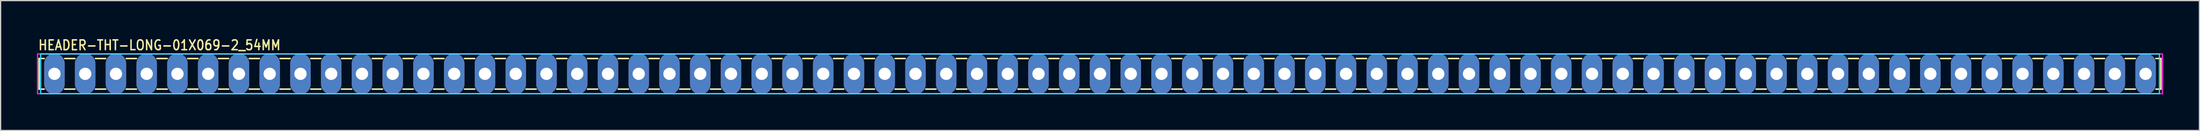
<source format=kicad_pcb>
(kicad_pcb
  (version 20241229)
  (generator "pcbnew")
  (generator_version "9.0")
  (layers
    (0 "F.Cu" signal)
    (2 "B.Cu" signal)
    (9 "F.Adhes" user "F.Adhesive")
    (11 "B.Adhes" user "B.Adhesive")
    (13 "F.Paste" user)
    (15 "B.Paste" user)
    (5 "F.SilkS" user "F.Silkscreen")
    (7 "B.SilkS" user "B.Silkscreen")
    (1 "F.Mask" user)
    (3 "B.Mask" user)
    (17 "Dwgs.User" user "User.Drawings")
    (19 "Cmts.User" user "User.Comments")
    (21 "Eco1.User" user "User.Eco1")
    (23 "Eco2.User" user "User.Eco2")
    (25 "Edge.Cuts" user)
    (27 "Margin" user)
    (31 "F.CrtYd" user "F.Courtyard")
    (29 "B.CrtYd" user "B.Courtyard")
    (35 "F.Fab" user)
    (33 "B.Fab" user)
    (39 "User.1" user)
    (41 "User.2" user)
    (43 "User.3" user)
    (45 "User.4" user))
  (footprint "HEADER-THT-LONG-01X069-2_54MM"
    (layer "F.Cu")
    (at 1.447 3.079)
    (property "Reference" "HEADER-THT-LONG-01X069-2_54MM" (at -1.4 -1.9 0) (unlocked yes) (layer "F.SilkS") (effects (font (size 0.813 0.695) (thickness 0.122)) (justify left bottom)))
    (fp_line (start -1.27 -1.27) (end -1.27 1.27) (stroke (width 0.127) (type solid)) (layer "F.SilkS"))
    (fp_line (start -1.27 1.27) (end -0.85 1.27) (stroke (width 0.127) (type solid)) (layer "F.SilkS"))
    (fp_line (start -0.85 -1.27) (end -1.27 -1.27) (stroke (width 0.127) (type solid)) (layer "F.SilkS"))
    (fp_line (start 0.85 -1.27) (end 1.69 -1.27) (stroke (width 0.127) (type solid)) (layer "F.SilkS"))
    (fp_line (start 0.85 1.27) (end 1.69 1.27) (stroke (width 0.127) (type solid)) (layer "F.SilkS"))
    (fp_line (start 3.39 -1.27) (end 4.23 -1.27) (stroke (width 0.127) (type solid)) (layer "F.SilkS"))
    (fp_line (start 3.39 1.27) (end 4.23 1.27) (stroke (width 0.127) (type solid)) (layer "F.SilkS"))
    (fp_line (start 5.93 -1.27) (end 6.77 -1.27) (stroke (width 0.127) (type solid)) (layer "F.SilkS"))
    (fp_line (start 5.93 1.27) (end 6.77 1.27) (stroke (width 0.127) (type solid)) (layer "F.SilkS"))
    (fp_line (start 8.47 -1.27) (end 9.31 -1.27) (stroke (width 0.127) (type solid)) (layer "F.SilkS"))
    (fp_line (start 8.47 1.27) (end 9.31 1.27) (stroke (width 0.127) (type solid)) (layer "F.SilkS"))
    (fp_line (start 11.01 -1.27) (end 11.85 -1.27) (stroke (width 0.127) (type solid)) (layer "F.SilkS"))
    (fp_line (start 11.01 1.27) (end 11.85 1.27) (stroke (width 0.127) (type solid)) (layer "F.SilkS"))
    (fp_line (start 13.55 -1.27) (end 14.39 -1.27) (stroke (width 0.127) (type solid)) (layer "F.SilkS"))
    (fp_line (start 13.55 1.27) (end 14.39 1.27) (stroke (width 0.127) (type solid)) (layer "F.SilkS"))
    (fp_line (start 16.09 -1.27) (end 16.93 -1.27) (stroke (width 0.127) (type solid)) (layer "F.SilkS"))
    (fp_line (start 16.09 1.27) (end 16.93 1.27) (stroke (width 0.127) (type solid)) (layer "F.SilkS"))
    (fp_line (start 18.63 -1.27) (end 19.47 -1.27) (stroke (width 0.127) (type solid)) (layer "F.SilkS"))
    (fp_line (start 18.63 1.27) (end 19.47 1.27) (stroke (width 0.127) (type solid)) (layer "F.SilkS"))
    (fp_line (start 21.17 -1.27) (end 22.01 -1.27) (stroke (width 0.127) (type solid)) (layer "F.SilkS"))
    (fp_line (start 21.17 1.27) (end 22.01 1.27) (stroke (width 0.127) (type solid)) (layer "F.SilkS"))
    (fp_line (start 23.71 -1.27) (end 24.55 -1.27) (stroke (width 0.127) (type solid)) (layer "F.SilkS"))
    (fp_line (start 23.71 1.27) (end 24.55 1.27) (stroke (width 0.127) (type solid)) (layer "F.SilkS"))
    (fp_line (start 26.25 -1.27) (end 27.09 -1.27) (stroke (width 0.127) (type solid)) (layer "F.SilkS"))
    (fp_line (start 26.25 1.27) (end 27.09 1.27) (stroke (width 0.127) (type solid)) (layer "F.SilkS"))
    (fp_line (start 28.79 -1.27) (end 29.63 -1.27) (stroke (width 0.127) (type solid)) (layer "F.SilkS"))
    (fp_line (start 28.79 1.27) (end 29.63 1.27) (stroke (width 0.127) (type solid)) (layer "F.SilkS"))
    (fp_line (start 31.33 -1.27) (end 32.17 -1.27) (stroke (width 0.127) (type solid)) (layer "F.SilkS"))
    (fp_line (start 31.33 1.27) (end 32.17 1.27) (stroke (width 0.127) (type solid)) (layer "F.SilkS"))
    (fp_line (start 33.87 -1.27) (end 34.71 -1.27) (stroke (width 0.127) (type solid)) (layer "F.SilkS"))
    (fp_line (start 33.87 1.27) (end 34.71 1.27) (stroke (width 0.127) (type solid)) (layer "F.SilkS"))
    (fp_line (start 36.41 -1.27) (end 37.25 -1.27) (stroke (width 0.127) (type solid)) (layer "F.SilkS"))
    (fp_line (start 36.41 1.27) (end 37.25 1.27) (stroke (width 0.127) (type solid)) (layer "F.SilkS"))
    (fp_line (start 38.95 -1.27) (end 39.79 -1.27) (stroke (width 0.127) (type solid)) (layer "F.SilkS"))
    (fp_line (start 38.95 1.27) (end 39.79 1.27) (stroke (width 0.127) (type solid)) (layer "F.SilkS"))
    (fp_line (start 41.49 -1.27) (end 42.33 -1.27) (stroke (width 0.127) (type solid)) (layer "F.SilkS"))
    (fp_line (start 41.49 1.27) (end 42.33 1.27) (stroke (width 0.127) (type solid)) (layer "F.SilkS"))
    (fp_line (start 44.03 -1.27) (end 44.87 -1.27) (stroke (width 0.127) (type solid)) (layer "F.SilkS"))
    (fp_line (start 44.03 1.27) (end 44.87 1.27) (stroke (width 0.127) (type solid)) (layer "F.SilkS"))
    (fp_line (start 46.57 -1.27) (end 47.41 -1.27) (stroke (width 0.127) (type solid)) (layer "F.SilkS"))
    (fp_line (start 46.57 1.27) (end 47.41 1.27) (stroke (width 0.127) (type solid)) (layer "F.SilkS"))
    (fp_line (start 49.11 -1.27) (end 49.95 -1.27) (stroke (width 0.127) (type solid)) (layer "F.SilkS"))
    (fp_line (start 49.11 1.27) (end 49.95 1.27) (stroke (width 0.127) (type solid)) (layer "F.SilkS"))
    (fp_line (start 51.65 -1.27) (end 52.49 -1.27) (stroke (width 0.127) (type solid)) (layer "F.SilkS"))
    (fp_line (start 51.65 1.27) (end 52.49 1.27) (stroke (width 0.127) (type solid)) (layer "F.SilkS"))
    (fp_line (start 54.19 -1.27) (end 55.03 -1.27) (stroke (width 0.127) (type solid)) (layer "F.SilkS"))
    (fp_line (start 54.19 1.27) (end 55.03 1.27) (stroke (width 0.127) (type solid)) (layer "F.SilkS"))
    (fp_line (start 56.73 -1.27) (end 57.57 -1.27) (stroke (width 0.127) (type solid)) (layer "F.SilkS"))
    (fp_line (start 56.73 1.27) (end 57.57 1.27) (stroke (width 0.127) (type solid)) (layer "F.SilkS"))
    (fp_line (start 59.27 -1.27) (end 60.11 -1.27) (stroke (width 0.127) (type solid)) (layer "F.SilkS"))
    (fp_line (start 59.27 1.27) (end 60.11 1.27) (stroke (width 0.127) (type solid)) (layer "F.SilkS"))
    (fp_line (start 61.81 -1.27) (end 62.65 -1.27) (stroke (width 0.127) (type solid)) (layer "F.SilkS"))
    (fp_line (start 61.81 1.27) (end 62.65 1.27) (stroke (width 0.127) (type solid)) (layer "F.SilkS"))
    (fp_line (start 64.35 -1.27) (end 65.19 -1.27) (stroke (width 0.127) (type solid)) (layer "F.SilkS"))
    (fp_line (start 64.35 1.27) (end 65.19 1.27) (stroke (width 0.127) (type solid)) (layer "F.SilkS"))
    (fp_line (start 66.89 -1.27) (end 67.73 -1.27) (stroke (width 0.127) (type solid)) (layer "F.SilkS"))
    (fp_line (start 66.89 1.27) (end 67.73 1.27) (stroke (width 0.127) (type solid)) (layer "F.SilkS"))
    (fp_line (start 69.43 -1.27) (end 70.27 -1.27) (stroke (width 0.127) (type solid)) (layer "F.SilkS"))
    (fp_line (start 69.43 1.27) (end 70.27 1.27) (stroke (width 0.127) (type solid)) (layer "F.SilkS"))
    (fp_line (start 71.97 -1.27) (end 72.81 -1.27) (stroke (width 0.127) (type solid)) (layer "F.SilkS"))
    (fp_line (start 71.97 1.27) (end 72.81 1.27) (stroke (width 0.127) (type solid)) (layer "F.SilkS"))
    (fp_line (start 74.51 -1.27) (end 75.35 -1.27) (stroke (width 0.127) (type solid)) (layer "F.SilkS"))
    (fp_line (start 74.51 1.27) (end 75.35 1.27) (stroke (width 0.127) (type solid)) (layer "F.SilkS"))
    (fp_line (start 77.05 -1.27) (end 77.89 -1.27) (stroke (width 0.127) (type solid)) (layer "F.SilkS"))
    (fp_line (start 77.05 1.27) (end 77.89 1.27) (stroke (width 0.127) (type solid)) (layer "F.SilkS"))
    (fp_line (start 79.59 -1.27) (end 80.43 -1.27) (stroke (width 0.127) (type solid)) (layer "F.SilkS"))
    (fp_line (start 79.59 1.27) (end 80.43 1.27) (stroke (width 0.127) (type solid)) (layer "F.SilkS"))
    (fp_line (start 82.13 -1.27) (end 82.97 -1.27) (stroke (width 0.127) (type solid)) (layer "F.SilkS"))
    (fp_line (start 82.13 1.27) (end 82.97 1.27) (stroke (width 0.127) (type solid)) (layer "F.SilkS"))
    (fp_line (start 84.67 -1.27) (end 85.51 -1.27) (stroke (width 0.127) (type solid)) (layer "F.SilkS"))
    (fp_line (start 84.67 1.27) (end 85.51 1.27) (stroke (width 0.127) (type solid)) (layer "F.SilkS"))
    (fp_line (start 87.21 -1.27) (end 88.05 -1.27) (stroke (width 0.127) (type solid)) (layer "F.SilkS"))
    (fp_line (start 87.21 1.27) (end 88.05 1.27) (stroke (width 0.127) (type solid)) (layer "F.SilkS"))
    (fp_line (start 89.75 -1.27) (end 90.59 -1.27) (stroke (width 0.127) (type solid)) (layer "F.SilkS"))
    (fp_line (start 89.75 1.27) (end 90.59 1.27) (stroke (width 0.127) (type solid)) (layer "F.SilkS"))
    (fp_line (start 92.29 -1.27) (end 93.13 -1.27) (stroke (width 0.127) (type solid)) (layer "F.SilkS"))
    (fp_line (start 92.29 1.27) (end 93.13 1.27) (stroke (width 0.127) (type solid)) (layer "F.SilkS"))
    (fp_line (start 94.83 -1.27) (end 95.67 -1.27) (stroke (width 0.127) (type solid)) (layer "F.SilkS"))
    (fp_line (start 94.83 1.27) (end 95.67 1.27) (stroke (width 0.127) (type solid)) (layer "F.SilkS"))
    (fp_line (start 97.37 -1.27) (end 98.21 -1.27) (stroke (width 0.127) (type solid)) (layer "F.SilkS"))
    (fp_line (start 97.37 1.27) (end 98.21 1.27) (stroke (width 0.127) (type solid)) (layer "F.SilkS"))
    (fp_line (start 99.91 -1.27) (end 100.75 -1.27) (stroke (width 0.127) (type solid)) (layer "F.SilkS"))
    (fp_line (start 99.91 1.27) (end 100.75 1.27) (stroke (width 0.127) (type solid)) (layer "F.SilkS"))
    (fp_line (start 102.45 -1.27) (end 103.29 -1.27) (stroke (width 0.127) (type solid)) (layer "F.SilkS"))
    (fp_line (start 102.45 1.27) (end 103.29 1.27) (stroke (width 0.127) (type solid)) (layer "F.SilkS"))
    (fp_line (start 104.99 -1.27) (end 105.83 -1.27) (stroke (width 0.127) (type solid)) (layer "F.SilkS"))
    (fp_line (start 104.99 1.27) (end 105.83 1.27) (stroke (width 0.127) (type solid)) (layer "F.SilkS"))
    (fp_line (start 107.53 -1.27) (end 108.37 -1.27) (stroke (width 0.127) (type solid)) (layer "F.SilkS"))
    (fp_line (start 107.53 1.27) (end 108.37 1.27) (stroke (width 0.127) (type solid)) (layer "F.SilkS"))
    (fp_line (start 110.07 -1.27) (end 110.91 -1.27) (stroke (width 0.127) (type solid)) (layer "F.SilkS"))
    (fp_line (start 110.07 1.27) (end 110.91 1.27) (stroke (width 0.127) (type solid)) (layer "F.SilkS"))
    (fp_line (start 112.61 -1.27) (end 113.45 -1.27) (stroke (width 0.127) (type solid)) (layer "F.SilkS"))
    (fp_line (start 112.61 1.27) (end 113.45 1.27) (stroke (width 0.127) (type solid)) (layer "F.SilkS"))
    (fp_line (start 115.15 -1.27) (end 115.99 -1.27) (stroke (width 0.127) (type solid)) (layer "F.SilkS"))
    (fp_line (start 115.15 1.27) (end 115.99 1.27) (stroke (width 0.127) (type solid)) (layer "F.SilkS"))
    (fp_line (start 117.69 -1.27) (end 118.53 -1.27) (stroke (width 0.127) (type solid)) (layer "F.SilkS"))
    (fp_line (start 117.69 1.27) (end 118.53 1.27) (stroke (width 0.127) (type solid)) (layer "F.SilkS"))
    (fp_line (start 120.23 -1.27) (end 121.07 -1.27) (stroke (width 0.127) (type solid)) (layer "F.SilkS"))
    (fp_line (start 120.23 1.27) (end 121.07 1.27) (stroke (width 0.127) (type solid)) (layer "F.SilkS"))
    (fp_line (start 122.77 -1.27) (end 123.61 -1.27) (stroke (width 0.127) (type solid)) (layer "F.SilkS"))
    (fp_line (start 122.77 1.27) (end 123.61 1.27) (stroke (width 0.127) (type solid)) (layer "F.SilkS"))
    (fp_line (start 125.31 -1.27) (end 126.15 -1.27) (stroke (width 0.127) (type solid)) (layer "F.SilkS"))
    (fp_line (start 125.31 1.27) (end 126.15 1.27) (stroke (width 0.127) (type solid)) (layer "F.SilkS"))
    (fp_line (start 127.85 -1.27) (end 128.69 -1.27) (stroke (width 0.127) (type solid)) (layer "F.SilkS"))
    (fp_line (start 127.85 1.27) (end 128.69 1.27) (stroke (width 0.127) (type solid)) (layer "F.SilkS"))
    (fp_line (start 130.39 -1.27) (end 131.23 -1.27) (stroke (width 0.127) (type solid)) (layer "F.SilkS"))
    (fp_line (start 130.39 1.27) (end 131.23 1.27) (stroke (width 0.127) (type solid)) (layer "F.SilkS"))
    (fp_line (start 132.93 -1.27) (end 133.77 -1.27) (stroke (width 0.127) (type solid)) (layer "F.SilkS"))
    (fp_line (start 132.93 1.27) (end 133.77 1.27) (stroke (width 0.127) (type solid)) (layer "F.SilkS"))
    (fp_line (start 135.47 -1.27) (end 136.31 -1.27) (stroke (width 0.127) (type solid)) (layer "F.SilkS"))
    (fp_line (start 135.47 1.27) (end 136.31 1.27) (stroke (width 0.127) (type solid)) (layer "F.SilkS"))
    (fp_line (start 138.01 -1.27) (end 138.85 -1.27) (stroke (width 0.127) (type solid)) (layer "F.SilkS"))
    (fp_line (start 138.01 1.27) (end 138.85 1.27) (stroke (width 0.127) (type solid)) (layer "F.SilkS"))
    (fp_line (start 140.55 -1.27) (end 141.39 -1.27) (stroke (width 0.127) (type solid)) (layer "F.SilkS"))
    (fp_line (start 140.55 1.27) (end 141.39 1.27) (stroke (width 0.127) (type solid)) (layer "F.SilkS"))
    (fp_line (start 143.09 -1.27) (end 143.93 -1.27) (stroke (width 0.127) (type solid)) (layer "F.SilkS"))
    (fp_line (start 143.09 1.27) (end 143.93 1.27) (stroke (width 0.127) (type solid)) (layer "F.SilkS"))
    (fp_line (start 145.63 -1.27) (end 146.47 -1.27) (stroke (width 0.127) (type solid)) (layer "F.SilkS"))
    (fp_line (start 145.63 1.27) (end 146.47 1.27) (stroke (width 0.127) (type solid)) (layer "F.SilkS"))
    (fp_line (start 148.17 -1.27) (end 149.01 -1.27) (stroke (width 0.127) (type solid)) (layer "F.SilkS"))
    (fp_line (start 148.17 1.27) (end 149.01 1.27) (stroke (width 0.127) (type solid)) (layer "F.SilkS"))
    (fp_line (start 150.71 -1.27) (end 151.55 -1.27) (stroke (width 0.127) (type solid)) (layer "F.SilkS"))
    (fp_line (start 150.71 1.27) (end 151.55 1.27) (stroke (width 0.127) (type solid)) (layer "F.SilkS"))
    (fp_line (start 153.25 -1.27) (end 154.09 -1.27) (stroke (width 0.127) (type solid)) (layer "F.SilkS"))
    (fp_line (start 153.25 1.27) (end 154.09 1.27) (stroke (width 0.127) (type solid)) (layer "F.SilkS"))
    (fp_line (start 155.79 -1.27) (end 156.63 -1.27) (stroke (width 0.127) (type solid)) (layer "F.SilkS"))
    (fp_line (start 155.79 1.27) (end 156.63 1.27) (stroke (width 0.127) (type solid)) (layer "F.SilkS"))
    (fp_line (start 158.33 -1.27) (end 159.17 -1.27) (stroke (width 0.127) (type solid)) (layer "F.SilkS"))
    (fp_line (start 158.33 1.27) (end 159.17 1.27) (stroke (width 0.127) (type solid)) (layer "F.SilkS"))
    (fp_line (start 160.87 -1.27) (end 161.71 -1.27) (stroke (width 0.127) (type solid)) (layer "F.SilkS"))
    (fp_line (start 160.87 1.27) (end 161.71 1.27) (stroke (width 0.127) (type solid)) (layer "F.SilkS"))
    (fp_line (start 163.41 -1.27) (end 164.25 -1.27) (stroke (width 0.127) (type solid)) (layer "F.SilkS"))
    (fp_line (start 163.41 1.27) (end 164.25 1.27) (stroke (width 0.127) (type solid)) (layer "F.SilkS"))
    (fp_line (start 165.95 -1.27) (end 166.79 -1.27) (stroke (width 0.127) (type solid)) (layer "F.SilkS"))
    (fp_line (start 165.95 1.27) (end 166.79 1.27) (stroke (width 0.127) (type solid)) (layer "F.SilkS"))
    (fp_line (start 168.49 -1.27) (end 169.33 -1.27) (stroke (width 0.127) (type solid)) (layer "F.SilkS"))
    (fp_line (start 168.49 1.27) (end 169.33 1.27) (stroke (width 0.127) (type solid)) (layer "F.SilkS"))
    (fp_line (start 171.03 -1.27) (end 171.87 -1.27) (stroke (width 0.127) (type solid)) (layer "F.SilkS"))
    (fp_line (start 171.03 1.27) (end 171.87 1.27) (stroke (width 0.127) (type solid)) (layer "F.SilkS"))
    (fp_line (start 173.57 -1.27) (end 173.99 -1.27) (stroke (width 0.127) (type solid)) (layer "F.SilkS"))
    (fp_line (start 173.99 -1.27) (end 173.99 1.27) (stroke (width 0.127) (type solid)) (layer "F.SilkS"))
    (fp_line (start 173.99 1.27) (end 173.57 1.27) (stroke (width 0.127) (type solid)) (layer "F.SilkS"))
    (fp_poly (pts (xy -1.143 -1.651) (xy 173.863 -1.651) (xy 173.863 1.651) (xy -1.143 1.651)) (stroke (width 0.1) (type solid)) (fill no) (layer "B.CrtYd"))
    (fp_poly (pts (xy -1.397 -1.651) (xy 174.117 -1.651) (xy 174.117 1.651) (xy -1.397 1.651)) (stroke (width 0.1) (type solid)) (fill no) (layer "F.CrtYd"))
    (pad "1" thru_hole oval (at 0 0 90) (size 3.387 1.693) (drill 1.016) (layers "*.Cu" "*.Mask"))
    (pad "2" thru_hole oval (at 2.54 0 90) (size 3.387 1.693) (drill 1.016) (layers "*.Cu" "*.Mask"))
    (pad "3" thru_hole oval (at 5.08 0 90) (size 3.387 1.693) (drill 1.016) (layers "*.Cu" "*.Mask"))
    (pad "4" thru_hole oval (at 7.62 0 90) (size 3.387 1.693) (drill 1.016) (layers "*.Cu" "*.Mask"))
    (pad "5" thru_hole oval (at 10.16 0 90) (size 3.387 1.693) (drill 1.016) (layers "*.Cu" "*.Mask"))
    (pad "6" thru_hole oval (at 12.7 0 90) (size 3.387 1.693) (drill 1.016) (layers "*.Cu" "*.Mask"))
    (pad "7" thru_hole oval (at 15.24 0 90) (size 3.387 1.693) (drill 1.016) (layers "*.Cu" "*.Mask"))
    (pad "8" thru_hole oval (at 17.78 0 90) (size 3.387 1.693) (drill 1.016) (layers "*.Cu" "*.Mask"))
    (pad "9" thru_hole oval (at 20.32 0 90) (size 3.387 1.693) (drill 1.016) (layers "*.Cu" "*.Mask"))
    (pad "10" thru_hole oval (at 22.86 0 90) (size 3.387 1.693) (drill 1.016) (layers "*.Cu" "*.Mask"))
    (pad "11" thru_hole oval (at 25.4 0 90) (size 3.387 1.693) (drill 1.016) (layers "*.Cu" "*.Mask"))
    (pad "12" thru_hole oval (at 27.94 0 90) (size 3.387 1.693) (drill 1.016) (layers "*.Cu" "*.Mask"))
    (pad "13" thru_hole oval (at 30.48 0 90) (size 3.387 1.693) (drill 1.016) (layers "*.Cu" "*.Mask"))
    (pad "14" thru_hole oval (at 33.02 0 90) (size 3.387 1.693) (drill 1.016) (layers "*.Cu" "*.Mask"))
    (pad "15" thru_hole oval (at 35.56 0 90) (size 3.387 1.693) (drill 1.016) (layers "*.Cu" "*.Mask"))
    (pad "16" thru_hole oval (at 38.1 0 90) (size 3.387 1.693) (drill 1.016) (layers "*.Cu" "*.Mask"))
    (pad "17" thru_hole oval (at 40.64 0 90) (size 3.387 1.693) (drill 1.016) (layers "*.Cu" "*.Mask"))
    (pad "18" thru_hole oval (at 43.18 0 90) (size 3.387 1.693) (drill 1.016) (layers "*.Cu" "*.Mask"))
    (pad "19" thru_hole oval (at 45.72 0 90) (size 3.387 1.693) (drill 1.016) (layers "*.Cu" "*.Mask"))
    (pad "20" thru_hole oval (at 48.26 0 90) (size 3.387 1.693) (drill 1.016) (layers "*.Cu" "*.Mask"))
    (pad "21" thru_hole oval (at 50.8 0 90) (size 3.387 1.693) (drill 1.016) (layers "*.Cu" "*.Mask"))
    (pad "22" thru_hole oval (at 53.34 0 90) (size 3.387 1.693) (drill 1.016) (layers "*.Cu" "*.Mask"))
    (pad "23" thru_hole oval (at 55.88 0 90) (size 3.387 1.693) (drill 1.016) (layers "*.Cu" "*.Mask"))
    (pad "24" thru_hole oval (at 58.42 0 90) (size 3.387 1.693) (drill 1.016) (layers "*.Cu" "*.Mask"))
    (pad "25" thru_hole oval (at 60.96 0 90) (size 3.387 1.693) (drill 1.016) (layers "*.Cu" "*.Mask"))
    (pad "26" thru_hole oval (at 63.5 0 90) (size 3.387 1.693) (drill 1.016) (layers "*.Cu" "*.Mask"))
    (pad "27" thru_hole oval (at 66.04 0 90) (size 3.387 1.693) (drill 1.016) (layers "*.Cu" "*.Mask"))
    (pad "28" thru_hole oval (at 68.58 0 90) (size 3.387 1.693) (drill 1.016) (layers "*.Cu" "*.Mask"))
    (pad "29" thru_hole oval (at 71.12 0 90) (size 3.387 1.693) (drill 1.016) (layers "*.Cu" "*.Mask"))
    (pad "30" thru_hole oval (at 73.66 0 90) (size 3.387 1.693) (drill 1.016) (layers "*.Cu" "*.Mask"))
    (pad "31" thru_hole oval (at 76.2 0 90) (size 3.387 1.693) (drill 1.016) (layers "*.Cu" "*.Mask"))
    (pad "32" thru_hole oval (at 78.74 0 90) (size 3.387 1.693) (drill 1.016) (layers "*.Cu" "*.Mask"))
    (pad "33" thru_hole oval (at 81.28 0 90) (size 3.387 1.693) (drill 1.016) (layers "*.Cu" "*.Mask"))
    (pad "34" thru_hole oval (at 83.82 0 90) (size 3.387 1.693) (drill 1.016) (layers "*.Cu" "*.Mask"))
    (pad "35" thru_hole oval (at 86.36 0 90) (size 3.387 1.693) (drill 1.016) (layers "*.Cu" "*.Mask"))
    (pad "36" thru_hole oval (at 88.9 0 90) (size 3.387 1.693) (drill 1.016) (layers "*.Cu" "*.Mask"))
    (pad "37" thru_hole oval (at 91.44 0 90) (size 3.387 1.693) (drill 1.016) (layers "*.Cu" "*.Mask"))
    (pad "38" thru_hole oval (at 93.98 0 90) (size 3.387 1.693) (drill 1.016) (layers "*.Cu" "*.Mask"))
    (pad "39" thru_hole oval (at 96.52 0 90) (size 3.387 1.693) (drill 1.016) (layers "*.Cu" "*.Mask"))
    (pad "40" thru_hole oval (at 99.06 0 90) (size 3.387 1.693) (drill 1.016) (layers "*.Cu" "*.Mask"))
    (pad "41" thru_hole oval (at 101.6 0 90) (size 3.387 1.693) (drill 1.016) (layers "*.Cu" "*.Mask"))
    (pad "42" thru_hole oval (at 104.14 0 90) (size 3.387 1.693) (drill 1.016) (layers "*.Cu" "*.Mask"))
    (pad "43" thru_hole oval (at 106.68 0 90) (size 3.387 1.693) (drill 1.016) (layers "*.Cu" "*.Mask"))
    (pad "44" thru_hole oval (at 109.22 0 90) (size 3.387 1.693) (drill 1.016) (layers "*.Cu" "*.Mask"))
    (pad "45" thru_hole oval (at 111.76 0 90) (size 3.387 1.693) (drill 1.016) (layers "*.Cu" "*.Mask"))
    (pad "46" thru_hole oval (at 114.3 0 90) (size 3.387 1.693) (drill 1.016) (layers "*.Cu" "*.Mask"))
    (pad "47" thru_hole oval (at 116.84 0 90) (size 3.387 1.693) (drill 1.016) (layers "*.Cu" "*.Mask"))
    (pad "48" thru_hole oval (at 119.38 0 90) (size 3.387 1.693) (drill 1.016) (layers "*.Cu" "*.Mask"))
    (pad "49" thru_hole oval (at 121.92 0 90) (size 3.387 1.693) (drill 1.016) (layers "*.Cu" "*.Mask"))
    (pad "50" thru_hole oval (at 124.46 0 90) (size 3.387 1.693) (drill 1.016) (layers "*.Cu" "*.Mask"))
    (pad "51" thru_hole oval (at 127 0 90) (size 3.387 1.693) (drill 1.016) (layers "*.Cu" "*.Mask"))
    (pad "52" thru_hole oval (at 129.54 0 90) (size 3.387 1.693) (drill 1.016) (layers "*.Cu" "*.Mask"))
    (pad "53" thru_hole oval (at 132.08 0 90) (size 3.387 1.693) (drill 1.016) (layers "*.Cu" "*.Mask"))
    (pad "54" thru_hole oval (at 134.62 0 90) (size 3.387 1.693) (drill 1.016) (layers "*.Cu" "*.Mask"))
    (pad "55" thru_hole oval (at 137.16 0 90) (size 3.387 1.693) (drill 1.016) (layers "*.Cu" "*.Mask"))
    (pad "56" thru_hole oval (at 139.7 0 90) (size 3.387 1.693) (drill 1.016) (layers "*.Cu" "*.Mask"))
    (pad "57" thru_hole oval (at 142.24 0 90) (size 3.387 1.693) (drill 1.016) (layers "*.Cu" "*.Mask"))
    (pad "58" thru_hole oval (at 144.78 0 90) (size 3.387 1.693) (drill 1.016) (layers "*.Cu" "*.Mask"))
    (pad "59" thru_hole oval (at 147.32 0 90) (size 3.387 1.693) (drill 1.016) (layers "*.Cu" "*.Mask"))
    (pad "60" thru_hole oval (at 149.86 0 90) (size 3.387 1.693) (drill 1.016) (layers "*.Cu" "*.Mask"))
    (pad "61" thru_hole oval (at 152.4 0 90) (size 3.387 1.693) (drill 1.016) (layers "*.Cu" "*.Mask"))
    (pad "62" thru_hole oval (at 154.94 0 90) (size 3.387 1.693) (drill 1.016) (layers "*.Cu" "*.Mask"))
    (pad "63" thru_hole oval (at 157.48 0 90) (size 3.387 1.693) (drill 1.016) (layers "*.Cu" "*.Mask"))
    (pad "64" thru_hole oval (at 160.02 0 90) (size 3.387 1.693) (drill 1.016) (layers "*.Cu" "*.Mask"))
    (pad "65" thru_hole oval (at 162.56 0 90) (size 3.387 1.693) (drill 1.016) (layers "*.Cu" "*.Mask"))
    (pad "66" thru_hole oval (at 165.1 0 90) (size 3.387 1.693) (drill 1.016) (layers "*.Cu" "*.Mask"))
    (pad "67" thru_hole oval (at 167.64 0 90) (size 3.387 1.693) (drill 1.016) (layers "*.Cu" "*.Mask"))
    (pad "68" thru_hole oval (at 170.18 0 90) (size 3.387 1.693) (drill 1.016) (layers "*.Cu" "*.Mask"))
    (pad "69" thru_hole oval (at 172.72 0 90) (size 3.387 1.693) (drill 1.016) (layers "*.Cu" "*.Mask")))
  (gr_rect
    (start -3 -3)
    (end 178.614 7.78)
    (stroke (width 0.1) (type default))
    (fill no)
    (layer "Edge.Cuts")))
</source>
